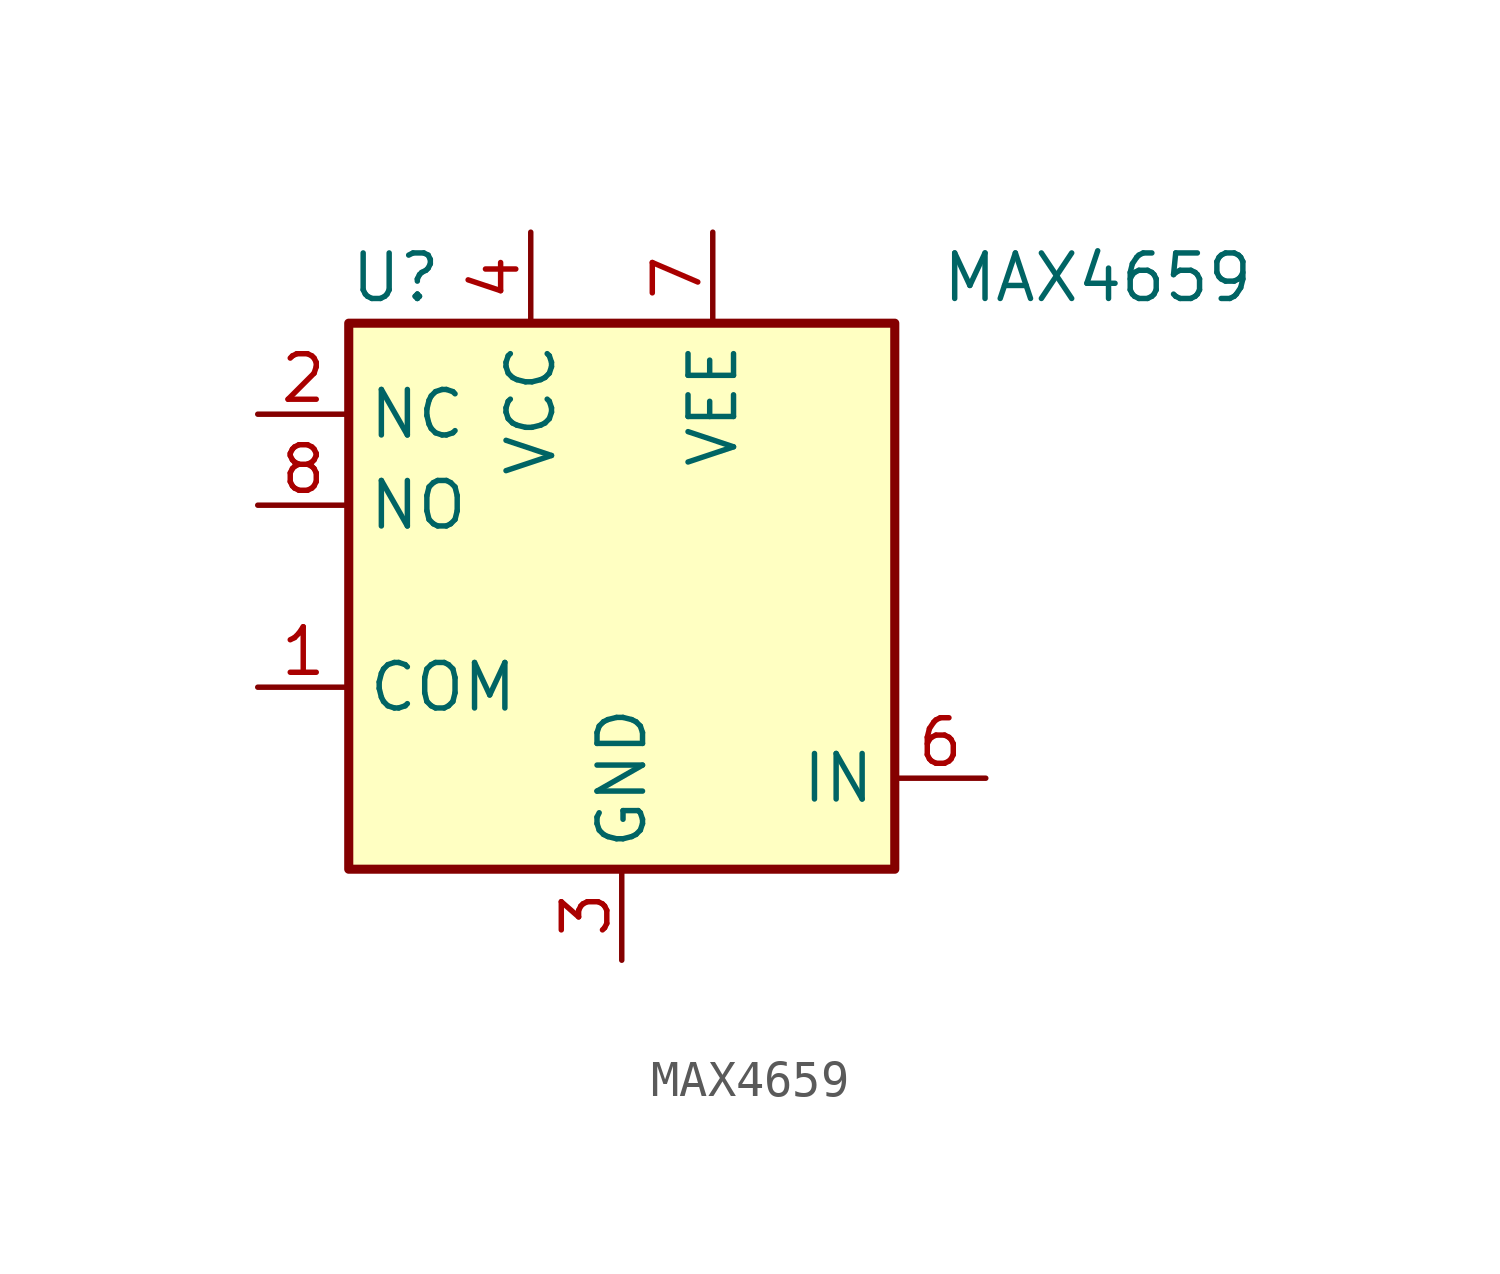
<source format=kicad_sym>
(kicad_symbol_lib
  (version 20220914)
  (generator kicad_symbol_editor)
  (symbol "MAX4659"
    (property "Reference" "U"
      (at -7.62 8.89 0)
      (effects (font (size 1.27 1.27)) (justify left)))
    (property "Value" "MAX4659"
      (at 8.89 8.89 0)
      (effects (font (size 1.27 1.27)) (justify left)))
    (symbol "MAX4659_0_1"
      (rectangle (start -7.62 7.62) (end 7.62 -7.62) (stroke (width 0.254) (type default)) (fill (type background))))
    (symbol "MAX4659_1_1"
      (pin bidirectional line (at -10.16 -2.54 0) (length 2.54) (name "COM" (effects (font (size 1.27 1.27)))) (number "1" (effects (font (size 1.27 1.27)))))
      (pin bidirectional line (at -10.16 5.08 0) (length 2.54) (name "NC" (effects (font (size 1.27 1.27)))) (number "2" (effects (font (size 1.27 1.27)))))
      (pin power_in line (at 0 -10.16 90) (length 2.54) (name "GND" (effects (font (size 1.27 1.27)))) (number "3" (effects (font (size 1.27 1.27)))))
      (pin power_in line (at -2.54 10.16 270) (length 2.54) (name "VCC" (effects (font (size 1.27 1.27)))) (number "4" (effects (font (size 1.27 1.27)))))
      (pin input line (at 10.16 -5.08 180) (length 2.54) (name "IN" (effects (font (size 1.27 1.27)))) (number "6" (effects (font (size 1.27 1.27)))))
      (pin power_in line (at 2.54 10.16 270) (length 2.54) (name "VEE" (effects (font (size 1.27 1.27)))) (number "7" (effects (font (size 1.27 1.27)))))
      (pin bidirectional line (at -10.16 2.54 0) (length 2.54) (name "NO" (effects (font (size 1.27 1.27)))) (number "8" (effects (font (size 1.27 1.27))))))))
</source>
